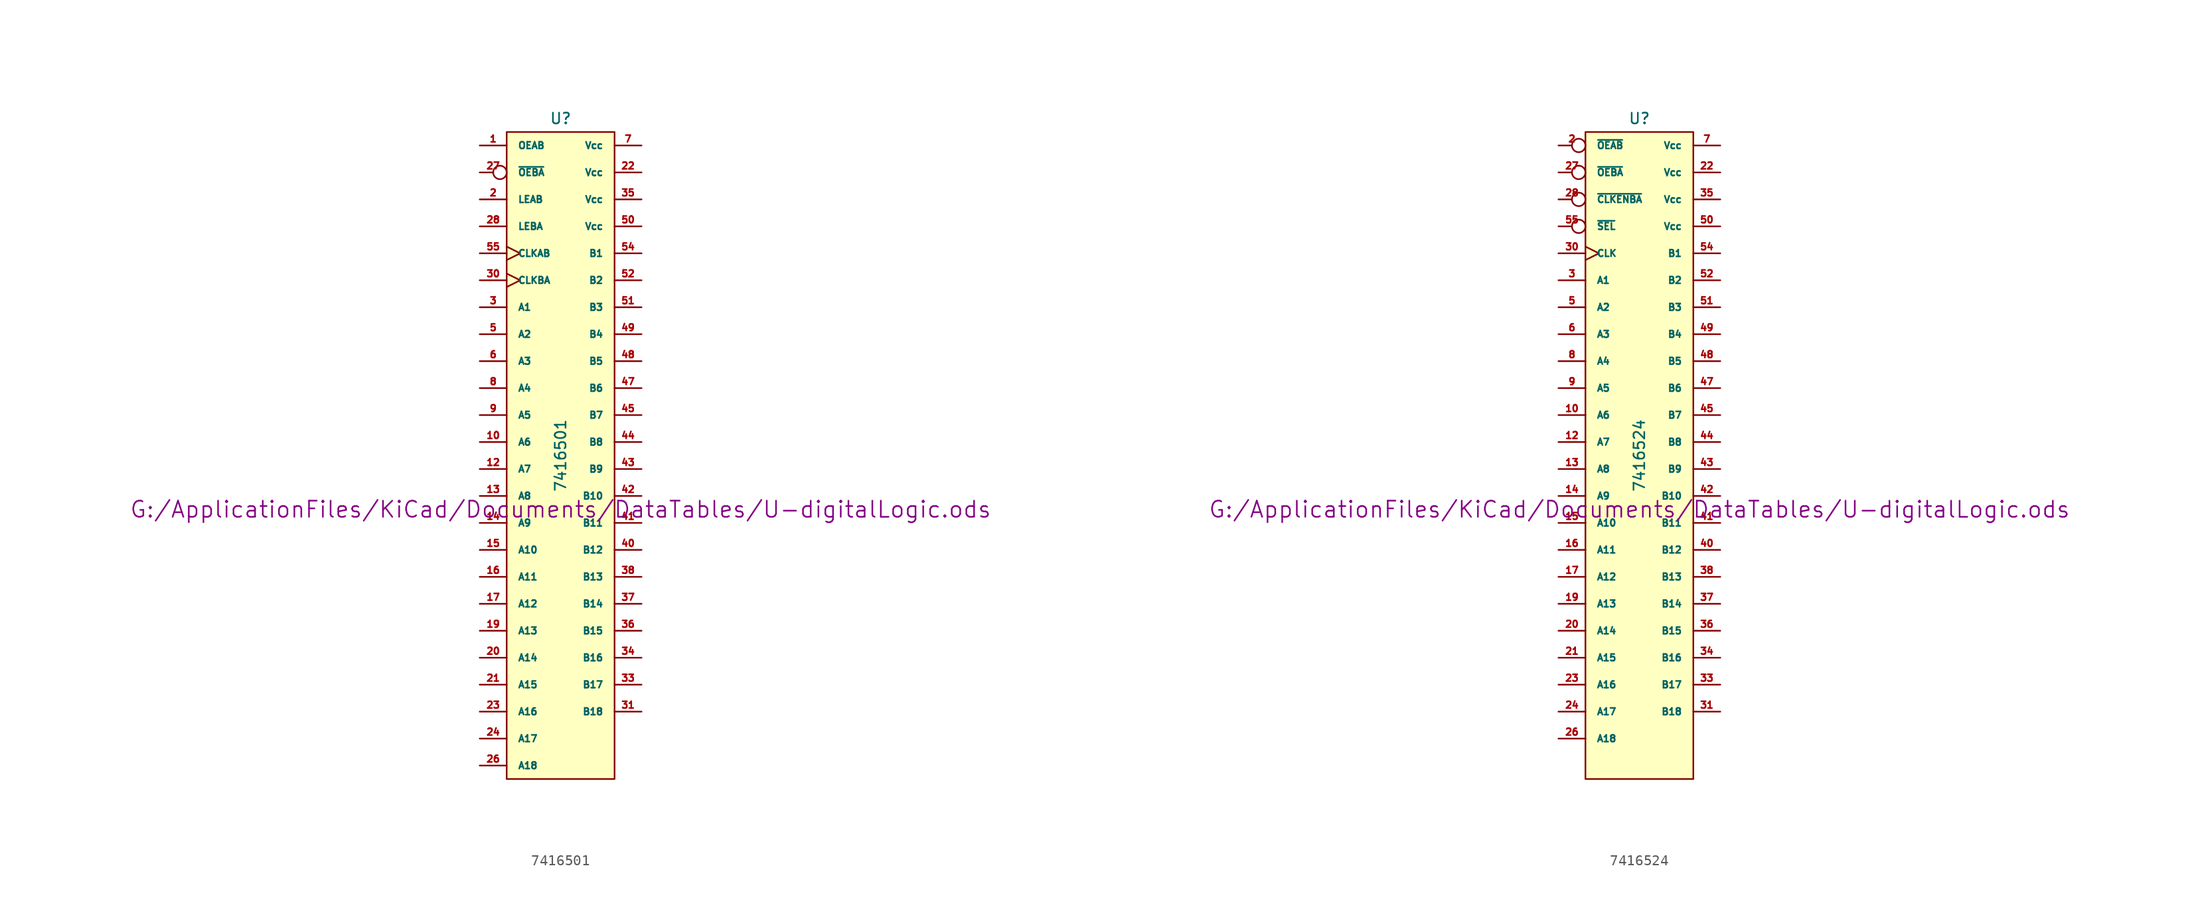
<source format=kicad_sym>
(kicad_symbol_lib
  (version 20211014)
  (generator kicad_symbol_editor)
  (symbol "7416501"
    (pin_names
      (offset 1.016))
    (property "Reference" "U"
      (at 0 31.75 0)
      (effects (font (size 1.016 1.016))))
    (property "Value" "7416501"
      (at 0 0 90)
      (effects (font (size 1.016 1.016))))
    (property "Footprint" ""
      (at 0 -5.08 0)
      (effects (font (size 1.524 1.524))))
    (property "Datasheet" "G:/ApplicationFiles/KiCad/Documents/DataTables/U-digitalLogic.ods"
      (at 0 -5.08 0)
      (effects (font (size 1.524 1.524))))
    (symbol "7416501_0_1"
      (rectangle (start -5.08 30.48) (end 5.08 -30.48) (stroke (width 0) (type default) (color 0 0 0 0)) (fill (type background))))
    (symbol "7416501_1_0"
      (pin power_in line (at -3.81 -30.48 270) (length 0) hide (name "DGND" (effects (font (size 0.762 0.762)))) (number "11" (effects (font (size 0.762 0.762)))))
      (pin power_in line (at -2.54 -30.48 270) (length 0) hide (name "DGND" (effects (font (size 0.762 0.762)))) (number "18" (effects (font (size 0.762 0.762)))))
      (pin power_in line (at -1.27 -30.48 270) (length 0) hide (name "DGND" (effects (font (size 0.762 0.762)))) (number "25" (effects (font (size 0.762 0.762)))))
      (pin power_in line (at 0 -30.48 270) (length 0) hide (name "DGND" (effects (font (size 0.762 0.762)))) (number "29" (effects (font (size 0.762 0.762)))))
      (pin power_in line (at 1.27 -30.48 270) (length 0) hide (name "DGND" (effects (font (size 0.762 0.762)))) (number "32" (effects (font (size 0.762 0.762)))))
      (pin power_in line (at 2.54 -30.48 270) (length 0) hide (name "DGND" (effects (font (size 0.762 0.762)))) (number "39" (effects (font (size 0.762 0.762)))))
      (pin power_in line (at -5.08 -30.48 270) (length 0) hide (name "DGND" (effects (font (size 0.762 0.762)))) (number "4" (effects (font (size 0.762 0.762)))))
      (pin power_in line (at 3.81 -30.48 270) (length 0) hide (name "DGND" (effects (font (size 0.762 0.762)))) (number "46" (effects (font (size 0.762 0.762)))))
      (pin power_in line (at 5.08 -30.48 270) (length 0) hide (name "DGND" (effects (font (size 0.762 0.762)))) (number "53" (effects (font (size 0.762 0.762)))))
      (pin power_in line (at 5.08 -29.21 180) (length 0) hide (name "DGND" (effects (font (size 0.762 0.762)))) (number "56" (effects (font (size 0.762 0.762))))))
    (symbol "7416501_1_1"
      (pin input line (at -7.62 29.21 0) (length 2.54) (name "OEAB" (effects (font (size 0.635 0.635)))) (number "1" (effects (font (size 0.635 0.635)))))
      (pin bidirectional line (at -7.62 1.27 0) (length 2.54) (name "A6" (effects (font (size 0.635 0.635)))) (number "10" (effects (font (size 0.635 0.635)))))
      (pin bidirectional line (at -7.62 -1.27 0) (length 2.54) (name "A7" (effects (font (size 0.635 0.635)))) (number "12" (effects (font (size 0.635 0.635)))))
      (pin bidirectional line (at -7.62 -3.81 0) (length 2.54) (name "A8" (effects (font (size 0.635 0.635)))) (number "13" (effects (font (size 0.635 0.635)))))
      (pin bidirectional line (at -7.62 -6.35 0) (length 2.54) (name "A9" (effects (font (size 0.635 0.635)))) (number "14" (effects (font (size 0.635 0.635)))))
      (pin bidirectional line (at -7.62 -8.89 0) (length 2.54) (name "A10" (effects (font (size 0.635 0.635)))) (number "15" (effects (font (size 0.635 0.635)))))
      (pin bidirectional line (at -7.62 -11.43 0) (length 2.54) (name "A11" (effects (font (size 0.635 0.635)))) (number "16" (effects (font (size 0.635 0.635)))))
      (pin bidirectional line (at -7.62 -13.97 0) (length 2.54) (name "A12" (effects (font (size 0.635 0.635)))) (number "17" (effects (font (size 0.635 0.635)))))
      (pin bidirectional line (at -7.62 -16.51 0) (length 2.54) (name "A13" (effects (font (size 0.635 0.635)))) (number "19" (effects (font (size 0.635 0.635)))))
      (pin input line (at -7.62 24.13 0) (length 2.54) (name "LEAB" (effects (font (size 0.635 0.635)))) (number "2" (effects (font (size 0.635 0.635)))))
      (pin bidirectional line (at -7.62 -19.05 0) (length 2.54) (name "A14" (effects (font (size 0.635 0.635)))) (number "20" (effects (font (size 0.635 0.635)))))
      (pin bidirectional line (at -7.62 -21.59 0) (length 2.54) (name "A15" (effects (font (size 0.635 0.635)))) (number "21" (effects (font (size 0.635 0.635)))))
      (pin power_in line (at 7.62 26.67 180) (length 2.54) (name "Vcc" (effects (font (size 0.635 0.635)))) (number "22" (effects (font (size 0.635 0.635)))))
      (pin bidirectional line (at -7.62 -24.13 0) (length 2.54) (name "A16" (effects (font (size 0.635 0.635)))) (number "23" (effects (font (size 0.635 0.635)))))
      (pin bidirectional line (at -7.62 -26.67 0) (length 2.54) (name "A17" (effects (font (size 0.635 0.635)))) (number "24" (effects (font (size 0.635 0.635)))))
      (pin bidirectional line (at -7.62 -29.21 0) (length 2.54) (name "A18" (effects (font (size 0.635 0.635)))) (number "26" (effects (font (size 0.635 0.635)))))
      (pin input inverted (at -7.62 26.67 0) (length 2.54) (name "~{OEBA}" (effects (font (size 0.635 0.635)))) (number "27" (effects (font (size 0.635 0.635)))))
      (pin input line (at -7.62 21.59 0) (length 2.54) (name "LEBA" (effects (font (size 0.635 0.635)))) (number "28" (effects (font (size 0.635 0.635)))))
      (pin bidirectional line (at -7.62 13.97 0) (length 2.54) (name "A1" (effects (font (size 0.635 0.635)))) (number "3" (effects (font (size 0.635 0.635)))))
      (pin input clock (at -7.62 16.51 0) (length 2.54) (name "CLKBA" (effects (font (size 0.635 0.635)))) (number "30" (effects (font (size 0.635 0.635)))))
      (pin bidirectional line (at 7.62 -24.13 180) (length 2.54) (name "B18" (effects (font (size 0.635 0.635)))) (number "31" (effects (font (size 0.635 0.635)))))
      (pin bidirectional line (at 7.62 -21.59 180) (length 2.54) (name "B17" (effects (font (size 0.635 0.635)))) (number "33" (effects (font (size 0.635 0.635)))))
      (pin bidirectional line (at 7.62 -19.05 180) (length 2.54) (name "B16" (effects (font (size 0.635 0.635)))) (number "34" (effects (font (size 0.635 0.635)))))
      (pin power_in line (at 7.62 24.13 180) (length 2.54) (name "Vcc" (effects (font (size 0.635 0.635)))) (number "35" (effects (font (size 0.635 0.635)))))
      (pin bidirectional line (at 7.62 -16.51 180) (length 2.54) (name "B15" (effects (font (size 0.635 0.635)))) (number "36" (effects (font (size 0.635 0.635)))))
      (pin bidirectional line (at 7.62 -13.97 180) (length 2.54) (name "B14" (effects (font (size 0.635 0.635)))) (number "37" (effects (font (size 0.635 0.635)))))
      (pin bidirectional line (at 7.62 -11.43 180) (length 2.54) (name "B13" (effects (font (size 0.635 0.635)))) (number "38" (effects (font (size 0.635 0.635)))))
      (pin bidirectional line (at 7.62 -8.89 180) (length 2.54) (name "B12" (effects (font (size 0.635 0.635)))) (number "40" (effects (font (size 0.635 0.635)))))
      (pin bidirectional line (at 7.62 -6.35 180) (length 2.54) (name "B11" (effects (font (size 0.635 0.635)))) (number "41" (effects (font (size 0.635 0.635)))))
      (pin bidirectional line (at 7.62 -3.81 180) (length 2.54) (name "B10" (effects (font (size 0.635 0.635)))) (number "42" (effects (font (size 0.635 0.635)))))
      (pin bidirectional line (at 7.62 -1.27 180) (length 2.54) (name "B9" (effects (font (size 0.635 0.635)))) (number "43" (effects (font (size 0.635 0.635)))))
      (pin bidirectional line (at 7.62 1.27 180) (length 2.54) (name "B8" (effects (font (size 0.635 0.635)))) (number "44" (effects (font (size 0.635 0.635)))))
      (pin bidirectional line (at 7.62 3.81 180) (length 2.54) (name "B7" (effects (font (size 0.635 0.635)))) (number "45" (effects (font (size 0.635 0.635)))))
      (pin bidirectional line (at 7.62 6.35 180) (length 2.54) (name "B6" (effects (font (size 0.635 0.635)))) (number "47" (effects (font (size 0.635 0.635)))))
      (pin bidirectional line (at 7.62 8.89 180) (length 2.54) (name "B5" (effects (font (size 0.635 0.635)))) (number "48" (effects (font (size 0.635 0.635)))))
      (pin bidirectional line (at 7.62 11.43 180) (length 2.54) (name "B4" (effects (font (size 0.635 0.635)))) (number "49" (effects (font (size 0.635 0.635)))))
      (pin bidirectional line (at -7.62 11.43 0) (length 2.54) (name "A2" (effects (font (size 0.635 0.635)))) (number "5" (effects (font (size 0.635 0.635)))))
      (pin power_in line (at 7.62 21.59 180) (length 2.54) (name "Vcc" (effects (font (size 0.635 0.635)))) (number "50" (effects (font (size 0.635 0.635)))))
      (pin bidirectional line (at 7.62 13.97 180) (length 2.54) (name "B3" (effects (font (size 0.635 0.635)))) (number "51" (effects (font (size 0.635 0.635)))))
      (pin bidirectional line (at 7.62 16.51 180) (length 2.54) (name "B2" (effects (font (size 0.635 0.635)))) (number "52" (effects (font (size 0.635 0.635)))))
      (pin bidirectional line (at 7.62 19.05 180) (length 2.54) (name "B1" (effects (font (size 0.635 0.635)))) (number "54" (effects (font (size 0.635 0.635)))))
      (pin input clock (at -7.62 19.05 0) (length 2.54) (name "CLKAB" (effects (font (size 0.635 0.635)))) (number "55" (effects (font (size 0.635 0.635)))))
      (pin bidirectional line (at -7.62 8.89 0) (length 2.54) (name "A3" (effects (font (size 0.635 0.635)))) (number "6" (effects (font (size 0.635 0.635)))))
      (pin power_in line (at 7.62 29.21 180) (length 2.54) (name "Vcc" (effects (font (size 0.635 0.635)))) (number "7" (effects (font (size 0.635 0.635)))))
      (pin bidirectional line (at -7.62 6.35 0) (length 2.54) (name "A4" (effects (font (size 0.635 0.635)))) (number "8" (effects (font (size 0.635 0.635)))))
      (pin bidirectional line (at -7.62 3.81 0) (length 2.54) (name "A5" (effects (font (size 0.635 0.635)))) (number "9" (effects (font (size 0.635 0.635)))))))
  (symbol "7416524"
    (pin_names
      (offset 1.016))
    (property "Reference" "U"
      (at 0 31.75 0)
      (effects (font (size 1.016 1.016))))
    (property "Value" "7416524"
      (at 0 0 90)
      (effects (font (size 1.016 1.016))))
    (property "Footprint" ""
      (at 0 -5.08 0)
      (effects (font (size 1.524 1.524))))
    (property "Datasheet" "G:/ApplicationFiles/KiCad/Documents/DataTables/U-digitalLogic.ods"
      (at 0 -5.08 0)
      (effects (font (size 1.524 1.524))))
    (symbol "7416524_0_1"
      (rectangle (start -5.08 30.48) (end 5.08 -30.48) (stroke (width 0) (type default) (color 0 0 0 0)) (fill (type background))))
    (symbol "7416524_1_0"
      (pin power_in line (at -5.08 -30.48 270) (length 0) hide (name "DGND" (effects (font (size 0.762 0.762)))) (number "1" (effects (font (size 0.762 0.762)))))
      (pin power_in line (at -2.54 -30.48 270) (length 0) hide (name "DGND" (effects (font (size 0.762 0.762)))) (number "11" (effects (font (size 0.762 0.762)))))
      (pin power_in line (at -1.27 -30.48 270) (length 0) hide (name "DGND" (effects (font (size 0.762 0.762)))) (number "18" (effects (font (size 0.762 0.762)))))
      (pin power_in line (at 0 -30.48 270) (length 0) hide (name "DGND" (effects (font (size 0.762 0.762)))) (number "25" (effects (font (size 0.762 0.762)))))
      (pin power_in line (at 1.27 -30.48 270) (length 0) hide (name "DGND" (effects (font (size 0.762 0.762)))) (number "29" (effects (font (size 0.762 0.762)))))
      (pin power_in line (at 2.54 -30.48 270) (length 0) hide (name "DGND" (effects (font (size 0.762 0.762)))) (number "32" (effects (font (size 0.762 0.762)))))
      (pin power_in line (at 3.81 -30.48 270) (length 0) hide (name "DGND" (effects (font (size 0.762 0.762)))) (number "39" (effects (font (size 0.762 0.762)))))
      (pin power_in line (at -3.81 -30.48 270) (length 0) hide (name "DGND" (effects (font (size 0.762 0.762)))) (number "4" (effects (font (size 0.762 0.762)))))
      (pin power_in line (at 5.08 -30.48 270) (length 0) hide (name "DGND" (effects (font (size 0.762 0.762)))) (number "46" (effects (font (size 0.762 0.762)))))
      (pin power_in line (at 5.08 -27.94 180) (length 0) hide (name "DGND" (effects (font (size 0.762 0.762)))) (number "53" (effects (font (size 0.762 0.762)))))
      (pin power_in line (at 5.08 -29.21 180) (length 0) hide (name "DGND" (effects (font (size 0.762 0.762)))) (number "56" (effects (font (size 0.762 0.762))))))
    (symbol "7416524_1_1"
      (pin bidirectional line (at -7.62 3.81 0) (length 2.54) (name "A6" (effects (font (size 0.635 0.635)))) (number "10" (effects (font (size 0.635 0.635)))))
      (pin bidirectional line (at -7.62 1.27 0) (length 2.54) (name "A7" (effects (font (size 0.635 0.635)))) (number "12" (effects (font (size 0.635 0.635)))))
      (pin bidirectional line (at -7.62 -1.27 0) (length 2.54) (name "A8" (effects (font (size 0.635 0.635)))) (number "13" (effects (font (size 0.635 0.635)))))
      (pin bidirectional line (at -7.62 -3.81 0) (length 2.54) (name "A9" (effects (font (size 0.635 0.635)))) (number "14" (effects (font (size 0.635 0.635)))))
      (pin bidirectional line (at -7.62 -6.35 0) (length 2.54) (name "A10" (effects (font (size 0.635 0.635)))) (number "15" (effects (font (size 0.635 0.635)))))
      (pin bidirectional line (at -7.62 -8.89 0) (length 2.54) (name "A11" (effects (font (size 0.635 0.635)))) (number "16" (effects (font (size 0.635 0.635)))))
      (pin bidirectional line (at -7.62 -11.43 0) (length 2.54) (name "A12" (effects (font (size 0.635 0.635)))) (number "17" (effects (font (size 0.635 0.635)))))
      (pin bidirectional line (at -7.62 -13.97 0) (length 2.54) (name "A13" (effects (font (size 0.635 0.635)))) (number "19" (effects (font (size 0.635 0.635)))))
      (pin input inverted (at -7.62 29.21 0) (length 2.54) (name "~{OEAB}" (effects (font (size 0.635 0.635)))) (number "2" (effects (font (size 0.635 0.635)))))
      (pin bidirectional line (at -7.62 -16.51 0) (length 2.54) (name "A14" (effects (font (size 0.635 0.635)))) (number "20" (effects (font (size 0.635 0.635)))))
      (pin bidirectional line (at -7.62 -19.05 0) (length 2.54) (name "A15" (effects (font (size 0.635 0.635)))) (number "21" (effects (font (size 0.635 0.635)))))
      (pin power_in line (at 7.62 26.67 180) (length 2.54) (name "Vcc" (effects (font (size 0.635 0.635)))) (number "22" (effects (font (size 0.635 0.635)))))
      (pin bidirectional line (at -7.62 -21.59 0) (length 2.54) (name "A16" (effects (font (size 0.635 0.635)))) (number "23" (effects (font (size 0.635 0.635)))))
      (pin bidirectional line (at -7.62 -24.13 0) (length 2.54) (name "A17" (effects (font (size 0.635 0.635)))) (number "24" (effects (font (size 0.635 0.635)))))
      (pin bidirectional line (at -7.62 -26.67 0) (length 2.54) (name "A18" (effects (font (size 0.635 0.635)))) (number "26" (effects (font (size 0.635 0.635)))))
      (pin input inverted (at -7.62 26.67 0) (length 2.54) (name "~{OEBA}" (effects (font (size 0.635 0.635)))) (number "27" (effects (font (size 0.635 0.635)))))
      (pin input inverted (at -7.62 24.13 0) (length 2.54) (name "~{CLKENBA}" (effects (font (size 0.635 0.635)))) (number "28" (effects (font (size 0.635 0.635)))))
      (pin bidirectional line (at -7.62 16.51 0) (length 2.54) (name "A1" (effects (font (size 0.635 0.635)))) (number "3" (effects (font (size 0.635 0.635)))))
      (pin input clock (at -7.62 19.05 0) (length 2.54) (name "CLK" (effects (font (size 0.635 0.635)))) (number "30" (effects (font (size 0.635 0.635)))))
      (pin bidirectional line (at 7.62 -24.13 180) (length 2.54) (name "B18" (effects (font (size 0.635 0.635)))) (number "31" (effects (font (size 0.635 0.635)))))
      (pin bidirectional line (at 7.62 -21.59 180) (length 2.54) (name "B17" (effects (font (size 0.635 0.635)))) (number "33" (effects (font (size 0.635 0.635)))))
      (pin bidirectional line (at 7.62 -19.05 180) (length 2.54) (name "B16" (effects (font (size 0.635 0.635)))) (number "34" (effects (font (size 0.635 0.635)))))
      (pin power_in line (at 7.62 24.13 180) (length 2.54) (name "Vcc" (effects (font (size 0.635 0.635)))) (number "35" (effects (font (size 0.635 0.635)))))
      (pin bidirectional line (at 7.62 -16.51 180) (length 2.54) (name "B15" (effects (font (size 0.635 0.635)))) (number "36" (effects (font (size 0.635 0.635)))))
      (pin bidirectional line (at 7.62 -13.97 180) (length 2.54) (name "B14" (effects (font (size 0.635 0.635)))) (number "37" (effects (font (size 0.635 0.635)))))
      (pin bidirectional line (at 7.62 -11.43 180) (length 2.54) (name "B13" (effects (font (size 0.635 0.635)))) (number "38" (effects (font (size 0.635 0.635)))))
      (pin bidirectional line (at 7.62 -8.89 180) (length 2.54) (name "B12" (effects (font (size 0.635 0.635)))) (number "40" (effects (font (size 0.635 0.635)))))
      (pin bidirectional line (at 7.62 -6.35 180) (length 2.54) (name "B11" (effects (font (size 0.635 0.635)))) (number "41" (effects (font (size 0.635 0.635)))))
      (pin bidirectional line (at 7.62 -3.81 180) (length 2.54) (name "B10" (effects (font (size 0.635 0.635)))) (number "42" (effects (font (size 0.635 0.635)))))
      (pin bidirectional line (at 7.62 -1.27 180) (length 2.54) (name "B9" (effects (font (size 0.635 0.635)))) (number "43" (effects (font (size 0.635 0.635)))))
      (pin bidirectional line (at 7.62 1.27 180) (length 2.54) (name "B8" (effects (font (size 0.635 0.635)))) (number "44" (effects (font (size 0.635 0.635)))))
      (pin bidirectional line (at 7.62 3.81 180) (length 2.54) (name "B7" (effects (font (size 0.635 0.635)))) (number "45" (effects (font (size 0.635 0.635)))))
      (pin bidirectional line (at 7.62 6.35 180) (length 2.54) (name "B6" (effects (font (size 0.635 0.635)))) (number "47" (effects (font (size 0.635 0.635)))))
      (pin bidirectional line (at 7.62 8.89 180) (length 2.54) (name "B5" (effects (font (size 0.635 0.635)))) (number "48" (effects (font (size 0.635 0.635)))))
      (pin bidirectional line (at 7.62 11.43 180) (length 2.54) (name "B4" (effects (font (size 0.635 0.635)))) (number "49" (effects (font (size 0.635 0.635)))))
      (pin bidirectional line (at -7.62 13.97 0) (length 2.54) (name "A2" (effects (font (size 0.635 0.635)))) (number "5" (effects (font (size 0.635 0.635)))))
      (pin power_in line (at 7.62 21.59 180) (length 2.54) (name "Vcc" (effects (font (size 0.635 0.635)))) (number "50" (effects (font (size 0.635 0.635)))))
      (pin bidirectional line (at 7.62 13.97 180) (length 2.54) (name "B3" (effects (font (size 0.635 0.635)))) (number "51" (effects (font (size 0.635 0.635)))))
      (pin bidirectional line (at 7.62 16.51 180) (length 2.54) (name "B2" (effects (font (size 0.635 0.635)))) (number "52" (effects (font (size 0.635 0.635)))))
      (pin bidirectional line (at 7.62 19.05 180) (length 2.54) (name "B1" (effects (font (size 0.635 0.635)))) (number "54" (effects (font (size 0.635 0.635)))))
      (pin input inverted (at -7.62 21.59 0) (length 2.54) (name "~{SEL}" (effects (font (size 0.635 0.635)))) (number "55" (effects (font (size 0.635 0.635)))))
      (pin bidirectional line (at -7.62 11.43 0) (length 2.54) (name "A3" (effects (font (size 0.635 0.635)))) (number "6" (effects (font (size 0.635 0.635)))))
      (pin power_in line (at 7.62 29.21 180) (length 2.54) (name "Vcc" (effects (font (size 0.635 0.635)))) (number "7" (effects (font (size 0.635 0.635)))))
      (pin bidirectional line (at -7.62 8.89 0) (length 2.54) (name "A4" (effects (font (size 0.635 0.635)))) (number "8" (effects (font (size 0.635 0.635)))))
      (pin bidirectional line (at -7.62 6.35 0) (length 2.54) (name "A5" (effects (font (size 0.635 0.635)))) (number "9" (effects (font (size 0.635 0.635))))))))
</source>
